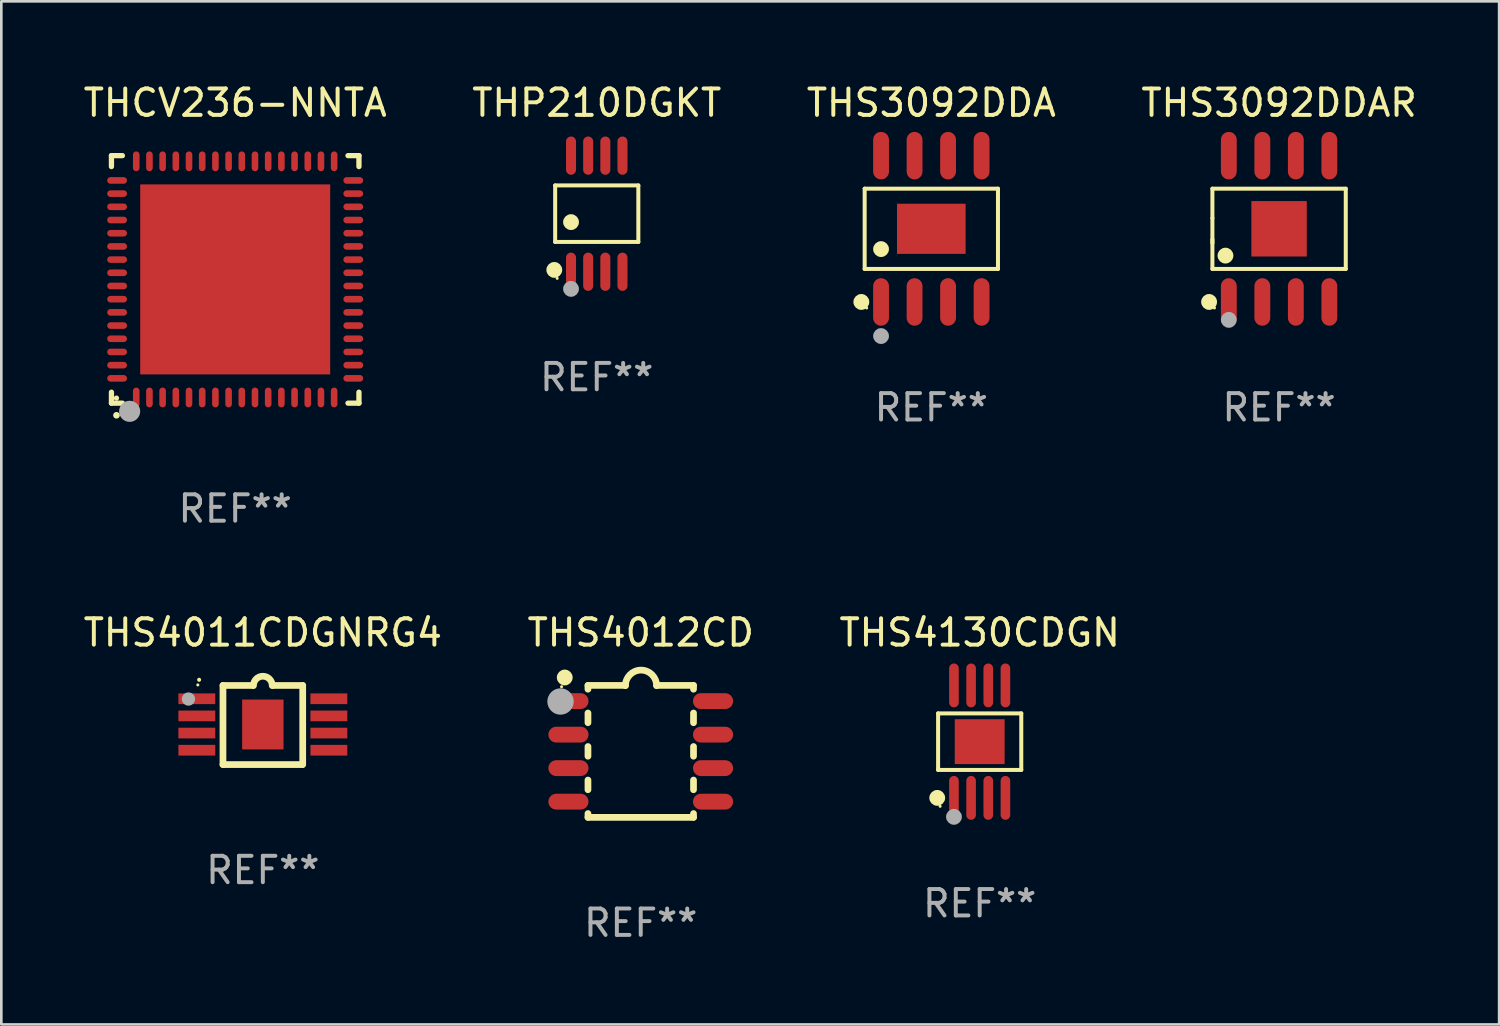
<source format=kicad_pcb>
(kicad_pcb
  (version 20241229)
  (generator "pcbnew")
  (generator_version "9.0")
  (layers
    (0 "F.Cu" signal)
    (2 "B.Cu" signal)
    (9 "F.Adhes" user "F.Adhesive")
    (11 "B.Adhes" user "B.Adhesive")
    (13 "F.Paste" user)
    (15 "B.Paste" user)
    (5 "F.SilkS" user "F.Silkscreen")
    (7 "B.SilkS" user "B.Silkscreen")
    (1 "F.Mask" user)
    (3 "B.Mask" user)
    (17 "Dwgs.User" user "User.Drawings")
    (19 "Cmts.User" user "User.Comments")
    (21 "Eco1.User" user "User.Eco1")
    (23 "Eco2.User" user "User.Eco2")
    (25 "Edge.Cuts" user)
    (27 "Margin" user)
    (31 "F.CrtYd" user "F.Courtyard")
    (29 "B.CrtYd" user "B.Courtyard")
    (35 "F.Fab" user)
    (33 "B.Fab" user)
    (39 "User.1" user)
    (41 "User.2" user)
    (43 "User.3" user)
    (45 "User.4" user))
  (footprint "THS3092DDA"
    (layer "F.Cu")
    (at 32.244 5.621)
    (property "Reference" "THS3092DDA" (at 0 -4.772 0) (layer "F.SilkS") (effects (font (size 1 1) (thickness 0.15))))
    (attr through_hole)
    (fp_line (start -2.526 -1.521) (end 2.526 -1.521) (stroke (width 0.152) (type solid)) (layer "F.SilkS"))
    (fp_line (start -2.526 1.521) (end -2.526 -1.521) (stroke (width 0.152) (type solid)) (layer "F.SilkS"))
    (fp_line (start 2.526 -1.521) (end 2.526 1.521) (stroke (width 0.152) (type solid)) (layer "F.SilkS"))
    (fp_line (start 2.526 1.521) (end -2.526 1.521) (stroke (width 0.152) (type solid)) (layer "F.SilkS"))
    (fp_circle (center -2.652 2.772) (end -2.501 2.772) (stroke (width 0.3) (type solid)) (fill no) (layer "F.SilkS"))
    (fp_circle (center -2.45 3) (end -2.42 3) (stroke (width 0.06) (type solid)) (fill no) (layer "F.SilkS"))
    (fp_circle (center -1.905 0.769) (end -1.755 0.769) (stroke (width 0.3) (type solid)) (fill no) (layer "F.SilkS"))
    (fp_circle (center -1.905 4.064) (end -1.755 4.064) (stroke (width 0.3) (type solid)) (fill no) (layer "F.Fab"))
    (fp_text user "REF**" (at 0 6.772 0) (layer "F.Fab") (effects (font (size 1 1) (thickness 0.15))))
    (pad "1" smd oval (at -1.905 2.772) (size 0.6 1.8) (layers "F.Cu" "F.Mask" "F.Paste"))
    (pad "2" smd oval (at -0.635 2.772) (size 0.6 1.8) (layers "F.Cu" "F.Mask" "F.Paste"))
    (pad "3" smd oval (at 0.635 2.772) (size 0.6 1.8) (layers "F.Cu" "F.Mask" "F.Paste"))
    (pad "4" smd oval (at 1.905 2.772) (size 0.6 1.8) (layers "F.Cu" "F.Mask" "F.Paste"))
    (pad "5" smd oval (at 1.905 -2.772) (size 0.6 1.8) (layers "F.Cu" "F.Mask" "F.Paste"))
    (pad "6" smd oval (at 0.635 -2.772) (size 0.6 1.8) (layers "F.Cu" "F.Mask" "F.Paste"))
    (pad "7" smd oval (at -0.635 -2.772) (size 0.6 1.8) (layers "F.Cu" "F.Mask" "F.Paste"))
    (pad "8" smd oval (at -1.905 -2.772) (size 0.6 1.8) (layers "F.Cu" "F.Mask" "F.Paste"))
    (pad "9" smd rect (at -0.000025 0) (size 2.6 1.9) (layers "F.Cu" "F.Mask" "F.Paste")))
  (footprint "THS3092DDAR"
    (layer "F.Cu")
    (at 45.423 5.621)
    (property "Reference" "THS3092DDAR" (at 0 -4.772 0) (layer "F.SilkS") (effects (font (size 1 1) (thickness 0.15))))
    (attr through_hole)
    (fp_line (start -2.527 -1.52) (end 2.527 -1.52) (stroke (width 0.152) (type solid)) (layer "F.SilkS"))
    (fp_line (start -2.527 -0.4) (end -2.527 -1.52) (stroke (width 0.152) (type solid)) (layer "F.SilkS"))
    (fp_line (start -2.527 -0.4) (end -2.527 0.545) (stroke (width 0.152) (type solid)) (layer "F.SilkS"))
    (fp_line (start -2.527 0.4) (end -2.527 1.52) (stroke (width 0.152) (type solid)) (layer "F.SilkS"))
    (fp_line (start 2.527 -1.52) (end 2.527 1.52) (stroke (width 0.152) (type solid)) (layer "F.SilkS"))
    (fp_line (start 2.527 1.52) (end -2.527 1.52) (stroke (width 0.152) (type solid)) (layer "F.SilkS"))
    (fp_circle (center -2.652 2.772) (end -2.501 2.772) (stroke (width 0.3) (type solid)) (fill no) (layer "F.SilkS"))
    (fp_circle (center -2.45 3) (end -2.42 3) (stroke (width 0.06) (type solid)) (fill no) (layer "F.SilkS"))
    (fp_circle (center -2.032 1.016) (end -1.882 1.016) (stroke (width 0.3) (type solid)) (fill no) (layer "F.SilkS"))
    (fp_circle (center -1.905 3.451) (end -1.755 3.451) (stroke (width 0.3) (type solid)) (fill no) (layer "F.Fab"))
    (fp_text user "REF**" (at 0 6.772 0) (layer "F.Fab") (effects (font (size 1 1) (thickness 0.15))))
    (pad "1" smd oval (at -1.905 2.772) (size 0.6 1.8) (layers "F.Cu" "F.Mask" "F.Paste"))
    (pad "2" smd oval (at -0.635 2.772) (size 0.6 1.8) (layers "F.Cu" "F.Mask" "F.Paste"))
    (pad "3" smd oval (at 0.635 2.772) (size 0.6 1.8) (layers "F.Cu" "F.Mask" "F.Paste"))
    (pad "4" smd oval (at 1.905 2.772) (size 0.6 1.8) (layers "F.Cu" "F.Mask" "F.Paste"))
    (pad "5" smd oval (at 1.905 -2.772) (size 0.6 1.8) (layers "F.Cu" "F.Mask" "F.Paste"))
    (pad "6" smd oval (at 0.635 -2.772) (size 0.6 1.8) (layers "F.Cu" "F.Mask" "F.Paste"))
    (pad "7" smd oval (at -0.635 -2.772) (size 0.6 1.8) (layers "F.Cu" "F.Mask" "F.Paste"))
    (pad "8" smd oval (at -1.905 -2.772) (size 0.6 1.8) (layers "F.Cu" "F.Mask" "F.Paste"))
    (pad "9" smd rect (at 0 0) (size 2.1 2.1) (layers "F.Cu" "F.Mask" "F.Paste")))
  (footprint "THP210DGKT"
    (layer "F.Cu")
    (at 19.565 5.048)
    (property "Reference" "THP210DGKT" (at 0 -4.2 0) (layer "F.SilkS") (effects (font (size 1 1) (thickness 0.15))))
    (attr through_hole)
    (fp_line (start -1.576 -1.071) (end 1.576 -1.071) (stroke (width 0.152) (type solid)) (layer "F.SilkS"))
    (fp_line (start -1.576 1.071) (end -1.576 -1.071) (stroke (width 0.152) (type solid)) (layer "F.SilkS"))
    (fp_line (start 1.576 -1.071) (end 1.576 1.071) (stroke (width 0.152) (type solid)) (layer "F.SilkS"))
    (fp_line (start 1.576 1.071) (end -1.576 1.071) (stroke (width 0.152) (type solid)) (layer "F.SilkS"))
    (fp_circle (center -1.609 2.131) (end -1.459 2.131) (stroke (width 0.3) (type solid)) (fill no) (layer "F.SilkS"))
    (fp_circle (center -1.5 2.45) (end -1.47 2.45) (stroke (width 0.06) (type solid)) (fill no) (layer "F.SilkS"))
    (fp_circle (center -0.975 0.319) (end -0.825 0.319) (stroke (width 0.3) (type solid)) (fill no) (layer "F.SilkS"))
    (fp_circle (center -0.975 2.85) (end -0.825 2.85) (stroke (width 0.3) (type solid)) (fill no) (layer "F.Fab"))
    (fp_text user "REF**" (at 0 6.2 0) (layer "F.Fab") (effects (font (size 1 1) (thickness 0.15))))
    (pad "1" smd oval (at -0.975 2.2) (size 0.38 1.45) (layers "F.Cu" "F.Mask" "F.Paste"))
    (pad "2" smd oval (at -0.325 2.2) (size 0.38 1.45) (layers "F.Cu" "F.Mask" "F.Paste"))
    (pad "3" smd oval (at 0.325 2.2) (size 0.38 1.45) (layers "F.Cu" "F.Mask" "F.Paste"))
    (pad "4" smd oval (at 0.975 2.2) (size 0.38 1.45) (layers "F.Cu" "F.Mask" "F.Paste"))
    (pad "5" smd oval (at 0.975 -2.2) (size 0.38 1.45) (layers "F.Cu" "F.Mask" "F.Paste"))
    (pad "6" smd oval (at 0.325 -2.2) (size 0.38 1.45) (layers "F.Cu" "F.Mask" "F.Paste"))
    (pad "7" smd oval (at -0.325 -2.2) (size 0.38 1.45) (layers "F.Cu" "F.Mask" "F.Paste"))
    (pad "8" smd oval (at -0.975 -2.2) (size 0.38 1.45) (layers "F.Cu" "F.Mask" "F.Paste")))
  (footprint "THS4011CDGNRG4"
    (layer "F.Cu")
    (at 6.911 24.426)
    (property "Reference" "THS4011CDGNRG4" (at 0 -3.501 0) (layer "F.SilkS") (effects (font (size 1 1) (thickness 0.15))))
    (attr through_hole)
    (fp_line (start -1.511 -1.501) (end -1.511 1.499) (stroke (width 0.254) (type solid)) (layer "F.SilkS"))
    (fp_line (start -1.511 -1.499) (end -0.4 -1.499) (stroke (width 0.254) (type solid)) (layer "F.SilkS"))
    (fp_line (start -1.511 1.499) (end 1.489 1.499) (stroke (width 0.254) (type solid)) (layer "F.SilkS"))
    (fp_line (start 0.4 -1.499) (end 1.511 -1.499) (stroke (width 0.254) (type solid)) (layer "F.SilkS"))
    (fp_line (start 1.511 -1.499) (end 1.511 1.501) (stroke (width 0.254) (type solid)) (layer "F.SilkS"))
    (fp_arc (start -2.415138 -1.713233) (mid -2.415144 -1.714503) (end -2.415138 -1.715773) (stroke (width 0.150013) (type solid)) (layer "F.SilkS"))
    (fp_arc (start -0.355728 -1.493396) (mid -0.000127 -1.848997) (end 0.355474 -1.493396) (stroke (width 0.254001) (type solid)) (layer "F.SilkS"))
    (fp_circle (center -2.464 -1.519) (end -2.434 -1.519) (stroke (width 0.06) (type solid)) (fill no) (layer "F.SilkS"))
    (fp_circle (center -2.819 -0.985) (end -2.692 -0.985) (stroke (width 0.254) (type solid)) (fill no) (layer "F.Fab"))
    (fp_text user "REF**" (at 0 5.501 0) (layer "F.Fab") (effects (font (size 1 1) (thickness 0.15))))
    (pad "1" smd rect (at -2.502 -0.995) (size 1.397 0.406) (layers "F.Cu" "F.Mask" "F.Paste"))
    (pad "2" smd rect (at -2.502 -0.345) (size 1.397 0.406) (layers "F.Cu" "F.Mask" "F.Paste"))
    (pad "3" smd rect (at -2.502 0.305) (size 1.397 0.406) (layers "F.Cu" "F.Mask" "F.Paste"))
    (pad "4" smd rect (at -2.502 0.955) (size 1.397 0.406) (layers "F.Cu" "F.Mask" "F.Paste"))
    (pad "5" smd rect (at 2.502 0.955) (size 1.397 0.406) (layers "F.Cu" "F.Mask" "F.Paste"))
    (pad "6" smd rect (at 2.502 0.305) (size 1.397 0.406) (layers "F.Cu" "F.Mask" "F.Paste"))
    (pad "7" smd rect (at 2.502 -0.345) (size 1.397 0.406) (layers "F.Cu" "F.Mask" "F.Paste"))
    (pad "8" smd rect (at 2.502 -0.995) (size 1.397 0.406) (layers "F.Cu" "F.Mask" "F.Paste"))
    (pad "9" smd rect (at 0 -0.02 180) (size 1.57 1.89) (layers "F.Cu" "F.Mask" "F.Paste")))
  (footprint "THS4012CD"
    (layer "F.Cu")
    (at 21.232 25.425)
    (property "Reference" "THS4012CD" (at 0 -4.5 0) (layer "F.SilkS") (effects (font (size 1 1) (thickness 0.15))))
    (attr through_hole)
    (fp_line (start -2 -2.5) (end -2 -2.356) (stroke (width 0.254) (type solid)) (layer "F.SilkS"))
    (fp_line (start -2 -1.454) (end -2 -1.086) (stroke (width 0.254) (type solid)) (layer "F.SilkS"))
    (fp_line (start -2 -0.184) (end -2 0.184) (stroke (width 0.254) (type solid)) (layer "F.SilkS"))
    (fp_line (start -2 1.086) (end -2 1.454) (stroke (width 0.254) (type solid)) (layer "F.SilkS"))
    (fp_line (start -2 2.356) (end -2 2.5) (stroke (width 0.254) (type solid)) (layer "F.SilkS"))
    (fp_line (start -0.58 -2.5) (end -2 -2.5) (stroke (width 0.254) (type solid)) (layer "F.SilkS"))
    (fp_line (start 2 -2.5) (end 0.6 -2.5) (stroke (width 0.254) (type solid)) (layer "F.SilkS"))
    (fp_line (start 2 -2.5) (end 2 -2.356) (stroke (width 0.254) (type solid)) (layer "F.SilkS"))
    (fp_line (start 2 -1.454) (end 2 -1.086) (stroke (width 0.254) (type solid)) (layer "F.SilkS"))
    (fp_line (start 2 -0.184) (end 2 0.184) (stroke (width 0.254) (type solid)) (layer "F.SilkS"))
    (fp_line (start 2 1.086) (end 2 1.454) (stroke (width 0.254) (type solid)) (layer "F.SilkS"))
    (fp_line (start 2 2.356) (end 2 2.5) (stroke (width 0.254) (type solid)) (layer "F.SilkS"))
    (fp_line (start 2 2.5) (end -2 2.5) (stroke (width 0.254) (type solid)) (layer "F.SilkS"))
    (fp_arc (start -0.579908 -2.489992) (mid 0.010097 -3.07831) (end 0.600102 -2.489992) (stroke (width 0.254001) (type solid)) (layer "F.SilkS"))
    (fp_circle (center -3 -2.45) (end -2.97 -2.45) (stroke (width 0.06) (type solid)) (fill no) (layer "F.SilkS"))
    (fp_circle (center -2.88 -2.8) (end -2.73 -2.8) (stroke (width 0.3) (type solid)) (fill no) (layer "F.SilkS"))
    (fp_circle (center -3.04 -1.89) (end -2.79 -1.89) (stroke (width 0.5) (type solid)) (fill no) (layer "F.Fab"))
    (fp_text user "REF**" (at 0 6.5 0) (layer "F.Fab") (effects (font (size 1 1) (thickness 0.15))))
    (pad "1" smd oval (at -2.74 -1.905 90) (size 0.6 1.52) (layers "F.Cu" "F.Mask" "F.Paste"))
    (pad "2" smd oval (at -2.74 -0.635 90) (size 0.6 1.52) (layers "F.Cu" "F.Mask" "F.Paste"))
    (pad "3" smd oval (at -2.74 0.635 90) (size 0.6 1.52) (layers "F.Cu" "F.Mask" "F.Paste"))
    (pad "4" smd oval (at -2.74 1.905 90) (size 0.6 1.52) (layers "F.Cu" "F.Mask" "F.Paste"))
    (pad "5" smd oval (at 2.74 1.905 90) (size 0.6 1.52) (layers "F.Cu" "F.Mask" "F.Paste"))
    (pad "6" smd oval (at 2.74 0.635 90) (size 0.6 1.52) (layers "F.Cu" "F.Mask" "F.Paste"))
    (pad "7" smd oval (at 2.74 -0.635 90) (size 0.6 1.52) (layers "F.Cu" "F.Mask" "F.Paste"))
    (pad "8" smd oval (at 2.74 -1.905 90) (size 0.6 1.52) (layers "F.Cu" "F.Mask" "F.Paste")))
  (footprint "THCV236-NNTA"
    (layer "F.Cu")
    (at 5.863 7.538)
    (property "Reference" "THCV236-NNTA" (at 0 -6.69 0) (layer "F.SilkS") (effects (font (size 1 1) (thickness 0.15))))
    (attr through_hole)
    (fp_line (start -4.69 -4.69) (end -4.275 -4.69) (stroke (width 0.2) (type solid)) (layer "F.SilkS"))
    (fp_line (start -4.69 -4.275) (end -4.69 -4.69) (stroke (width 0.2) (type solid)) (layer "F.SilkS"))
    (fp_line (start -4.69 4.69) (end -4.69 4.275) (stroke (width 0.2) (type solid)) (layer "F.SilkS"))
    (fp_line (start -4.275 4.69) (end -4.69 4.69) (stroke (width 0.2) (type solid)) (layer "F.SilkS"))
    (fp_line (start 4.275 4.69) (end 4.69 4.69) (stroke (width 0.2) (type solid)) (layer "F.SilkS"))
    (fp_line (start 4.69 -4.69) (end 4.275 -4.69) (stroke (width 0.2) (type solid)) (layer "F.SilkS"))
    (fp_line (start 4.69 -4.275) (end 4.69 -4.69) (stroke (width 0.2) (type solid)) (layer "F.SilkS"))
    (fp_line (start 4.69 4.69) (end 4.69 4.275) (stroke (width 0.2) (type solid)) (layer "F.SilkS"))
    (fp_arc (start -4.499886 5.15) (mid -4.498616 5.149994) (end -4.497346 5.15) (stroke (width 0.24892) (type solid)) (layer "F.SilkS"))
    (fp_circle (center -4.5 4.5) (end -4.45 4.5) (stroke (width 0.1) (type solid)) (fill no) (layer "F.SilkS"))
    (fp_circle (center -4 5) (end -3.8 5) (stroke (width 0.4) (type solid)) (fill no) (layer "F.Fab"))
    (fp_text user "REF**" (at 0 8.69 0) (layer "F.Fab") (effects (font (size 1 1) (thickness 0.15))))
    (pad "1" smd oval (at -3.75 4.475) (size 0.25 0.75) (layers "F.Cu" "F.Mask" "F.Paste"))
    (pad "2" smd oval (at -3.25 4.475) (size 0.25 0.75) (layers "F.Cu" "F.Mask" "F.Paste"))
    (pad "3" smd oval (at -2.75 4.475) (size 0.25 0.75) (layers "F.Cu" "F.Mask" "F.Paste"))
    (pad "4" smd oval (at -2.25 4.475) (size 0.25 0.75) (layers "F.Cu" "F.Mask" "F.Paste"))
    (pad "5" smd oval (at -1.75 4.475) (size 0.25 0.75) (layers "F.Cu" "F.Mask" "F.Paste"))
    (pad "6" smd oval (at -1.25 4.475) (size 0.25 0.75) (layers "F.Cu" "F.Mask" "F.Paste"))
    (pad "7" smd oval (at -0.75 4.475) (size 0.25 0.75) (layers "F.Cu" "F.Mask" "F.Paste"))
    (pad "8" smd oval (at -0.25 4.475) (size 0.25 0.75) (layers "F.Cu" "F.Mask" "F.Paste"))
    (pad "9" smd oval (at 0.25 4.475) (size 0.25 0.75) (layers "F.Cu" "F.Mask" "F.Paste"))
    (pad "10" smd oval (at 0.75 4.475) (size 0.25 0.75) (layers "F.Cu" "F.Mask" "F.Paste"))
    (pad "11" smd oval (at 1.25 4.475) (size 0.25 0.75) (layers "F.Cu" "F.Mask" "F.Paste"))
    (pad "12" smd oval (at 1.75 4.475) (size 0.25 0.75) (layers "F.Cu" "F.Mask" "F.Paste"))
    (pad "13" smd oval (at 2.25 4.475) (size 0.25 0.75) (layers "F.Cu" "F.Mask" "F.Paste"))
    (pad "14" smd oval (at 2.75 4.475) (size 0.25 0.75) (layers "F.Cu" "F.Mask" "F.Paste"))
    (pad "15" smd oval (at 3.25 4.475) (size 0.25 0.75) (layers "F.Cu" "F.Mask" "F.Paste"))
    (pad "16" smd oval (at 3.75 4.475) (size 0.25 0.75) (layers "F.Cu" "F.Mask" "F.Paste"))
    (pad "17" smd oval (at 4.475 3.75) (size 0.75 0.25) (layers "F.Cu" "F.Mask" "F.Paste"))
    (pad "18" smd oval (at 4.475 3.25) (size 0.75 0.25) (layers "F.Cu" "F.Mask" "F.Paste"))
    (pad "19" smd oval (at 4.475 2.75) (size 0.75 0.25) (layers "F.Cu" "F.Mask" "F.Paste"))
    (pad "20" smd oval (at 4.475 2.25) (size 0.75 0.25) (layers "F.Cu" "F.Mask" "F.Paste"))
    (pad "21" smd oval (at 4.475 1.75) (size 0.75 0.25) (layers "F.Cu" "F.Mask" "F.Paste"))
    (pad "22" smd oval (at 4.475 1.25) (size 0.75 0.25) (layers "F.Cu" "F.Mask" "F.Paste"))
    (pad "23" smd oval (at 4.475 0.75) (size 0.75 0.25) (layers "F.Cu" "F.Mask" "F.Paste"))
    (pad "24" smd oval (at 4.475 0.25) (size 0.75 0.25) (layers "F.Cu" "F.Mask" "F.Paste"))
    (pad "25" smd oval (at 4.475 -0.25) (size 0.75 0.25) (layers "F.Cu" "F.Mask" "F.Paste"))
    (pad "26" smd oval (at 4.475 -0.75) (size 0.75 0.25) (layers "F.Cu" "F.Mask" "F.Paste"))
    (pad "27" smd oval (at 4.475 -1.25) (size 0.75 0.25) (layers "F.Cu" "F.Mask" "F.Paste"))
    (pad "28" smd oval (at 4.475 -1.75) (size 0.75 0.25) (layers "F.Cu" "F.Mask" "F.Paste"))
    (pad "29" smd oval (at 4.475 -2.25) (size 0.75 0.25) (layers "F.Cu" "F.Mask" "F.Paste"))
    (pad "30" smd oval (at 4.475 -2.75) (size 0.75 0.25) (layers "F.Cu" "F.Mask" "F.Paste"))
    (pad "31" smd oval (at 4.475 -3.25) (size 0.75 0.25) (layers "F.Cu" "F.Mask" "F.Paste"))
    (pad "32" smd oval (at 4.475 -3.75) (size 0.75 0.25) (layers "F.Cu" "F.Mask" "F.Paste"))
    (pad "33" smd oval (at 3.75 -4.475) (size 0.25 0.75) (layers "F.Cu" "F.Mask" "F.Paste"))
    (pad "34" smd oval (at 3.25 -4.475) (size 0.25 0.75) (layers "F.Cu" "F.Mask" "F.Paste"))
    (pad "35" smd oval (at 2.75 -4.475) (size 0.25 0.75) (layers "F.Cu" "F.Mask" "F.Paste"))
    (pad "36" smd oval (at 2.25 -4.475) (size 0.25 0.75) (layers "F.Cu" "F.Mask" "F.Paste"))
    (pad "37" smd oval (at 1.75 -4.475) (size 0.25 0.75) (layers "F.Cu" "F.Mask" "F.Paste"))
    (pad "38" smd oval (at 1.25 -4.475) (size 0.25 0.75) (layers "F.Cu" "F.Mask" "F.Paste"))
    (pad "39" smd oval (at 0.75 -4.475) (size 0.25 0.75) (layers "F.Cu" "F.Mask" "F.Paste"))
    (pad "40" smd oval (at 0.25 -4.475) (size 0.25 0.75) (layers "F.Cu" "F.Mask" "F.Paste"))
    (pad "41" smd oval (at -0.25 -4.475) (size 0.25 0.75) (layers "F.Cu" "F.Mask" "F.Paste"))
    (pad "42" smd oval (at -0.75 -4.475) (size 0.25 0.75) (layers "F.Cu" "F.Mask" "F.Paste"))
    (pad "43" smd oval (at -1.25 -4.475) (size 0.25 0.75) (layers "F.Cu" "F.Mask" "F.Paste"))
    (pad "44" smd oval (at -1.75 -4.475) (size 0.25 0.75) (layers "F.Cu" "F.Mask" "F.Paste"))
    (pad "45" smd oval (at -2.25 -4.475) (size 0.25 0.75) (layers "F.Cu" "F.Mask" "F.Paste"))
    (pad "46" smd oval (at -2.75 -4.475) (size 0.25 0.75) (layers "F.Cu" "F.Mask" "F.Paste"))
    (pad "47" smd oval (at -3.25 -4.475) (size 0.25 0.75) (layers "F.Cu" "F.Mask" "F.Paste"))
    (pad "48" smd oval (at -3.75 -4.475) (size 0.25 0.75) (layers "F.Cu" "F.Mask" "F.Paste"))
    (pad "49" smd oval (at -4.475 -3.75) (size 0.75 0.25) (layers "F.Cu" "F.Mask" "F.Paste"))
    (pad "50" smd oval (at -4.475 -3.25) (size 0.75 0.25) (layers "F.Cu" "F.Mask" "F.Paste"))
    (pad "51" smd oval (at -4.475 -2.75) (size 0.75 0.25) (layers "F.Cu" "F.Mask" "F.Paste"))
    (pad "52" smd oval (at -4.475 -2.25) (size 0.75 0.25) (layers "F.Cu" "F.Mask" "F.Paste"))
    (pad "53" smd oval (at -4.475 -1.75) (size 0.75 0.25) (layers "F.Cu" "F.Mask" "F.Paste"))
    (pad "54" smd oval (at -4.475 -1.25) (size 0.75 0.25) (layers "F.Cu" "F.Mask" "F.Paste"))
    (pad "55" smd oval (at -4.475 -0.75) (size 0.75 0.25) (layers "F.Cu" "F.Mask" "F.Paste"))
    (pad "56" smd oval (at -4.475 -0.25) (size 0.75 0.25) (layers "F.Cu" "F.Mask" "F.Paste"))
    (pad "57" smd oval (at -4.475 0.25) (size 0.75 0.25) (layers "F.Cu" "F.Mask" "F.Paste"))
    (pad "58" smd oval (at -4.475 0.75) (size 0.75 0.25) (layers "F.Cu" "F.Mask" "F.Paste"))
    (pad "59" smd oval (at -4.475 1.25) (size 0.75 0.25) (layers "F.Cu" "F.Mask" "F.Paste"))
    (pad "60" smd oval (at -4.475 1.75) (size 0.75 0.25) (layers "F.Cu" "F.Mask" "F.Paste"))
    (pad "61" smd oval (at -4.475 2.25) (size 0.75 0.25) (layers "F.Cu" "F.Mask" "F.Paste"))
    (pad "62" smd oval (at -4.475 2.75) (size 0.75 0.25) (layers "F.Cu" "F.Mask" "F.Paste"))
    (pad "63" smd oval (at -4.475 3.25) (size 0.75 0.25) (layers "F.Cu" "F.Mask" "F.Paste"))
    (pad "64" smd oval (at -4.475 3.75) (size 0.75 0.25) (layers "F.Cu" "F.Mask" "F.Paste"))
    (pad "65" smd rect (at 0.000368 0.000013) (size 7.2 7.2) (layers "F.Cu" "F.Mask" "F.Paste")))
  (footprint "THS4130CDGN"
    (layer "F.Cu")
    (at 34.077 25.056)
    (property "Reference" "THS4130CDGN" (at 0 -4.131 0) (layer "F.SilkS") (effects (font (size 1 1) (thickness 0.15))))
    (attr through_hole)
    (fp_line (start -1.576 -1.071) (end 1.576 -1.071) (stroke (width 0.152) (type solid)) (layer "F.SilkS"))
    (fp_line (start -1.576 1.071) (end -1.576 -1.071) (stroke (width 0.152) (type solid)) (layer "F.SilkS"))
    (fp_line (start 1.576 -1.071) (end 1.576 1.071) (stroke (width 0.152) (type solid)) (layer "F.SilkS"))
    (fp_line (start 1.576 1.071) (end -1.576 1.071) (stroke (width 0.152) (type solid)) (layer "F.SilkS"))
    (fp_circle (center -1.609 2.131) (end -1.459 2.131) (stroke (width 0.3) (type solid)) (fill no) (layer "F.SilkS"))
    (fp_circle (center -1.5 2.45) (end -1.47 2.45) (stroke (width 0.06) (type solid)) (fill no) (layer "F.SilkS"))
    (fp_circle (center -0.975 2.85) (end -0.825 2.85) (stroke (width 0.3) (type solid)) (fill no) (layer "F.Fab"))
    (fp_text user "REF**" (at 0 6.131 0) (layer "F.Fab") (effects (font (size 1 1) (thickness 0.15))))
    (pad "1" smd oval (at -0.975 2.131) (size 0.364 1.662) (layers "F.Cu" "F.Mask" "F.Paste"))
    (pad "2" smd oval (at -0.325 2.131) (size 0.364 1.662) (layers "F.Cu" "F.Mask" "F.Paste"))
    (pad "3" smd oval (at 0.325 2.131) (size 0.364 1.662) (layers "F.Cu" "F.Mask" "F.Paste"))
    (pad "4" smd oval (at 0.975 2.131) (size 0.364 1.662) (layers "F.Cu" "F.Mask" "F.Paste"))
    (pad "5" smd oval (at 0.975 -2.131) (size 0.364 1.662) (layers "F.Cu" "F.Mask" "F.Paste"))
    (pad "6" smd oval (at 0.325 -2.131) (size 0.364 1.662) (layers "F.Cu" "F.Mask" "F.Paste"))
    (pad "7" smd oval (at -0.325 -2.131) (size 0.364 1.662) (layers "F.Cu" "F.Mask" "F.Paste"))
    (pad "8" smd oval (at -0.975 -2.131) (size 0.364 1.662) (layers "F.Cu" "F.Mask" "F.Paste"))
    (pad "9" smd rect (at 0 0) (size 1.89 1.7) (layers "F.Cu" "F.Mask" "F.Paste")))
  (gr_rect
    (start -3 -3)
    (end 53.762 35.773)
    (stroke (width 0.1) (type default))
    (fill no)
    (layer "Edge.Cuts")))
</source>
